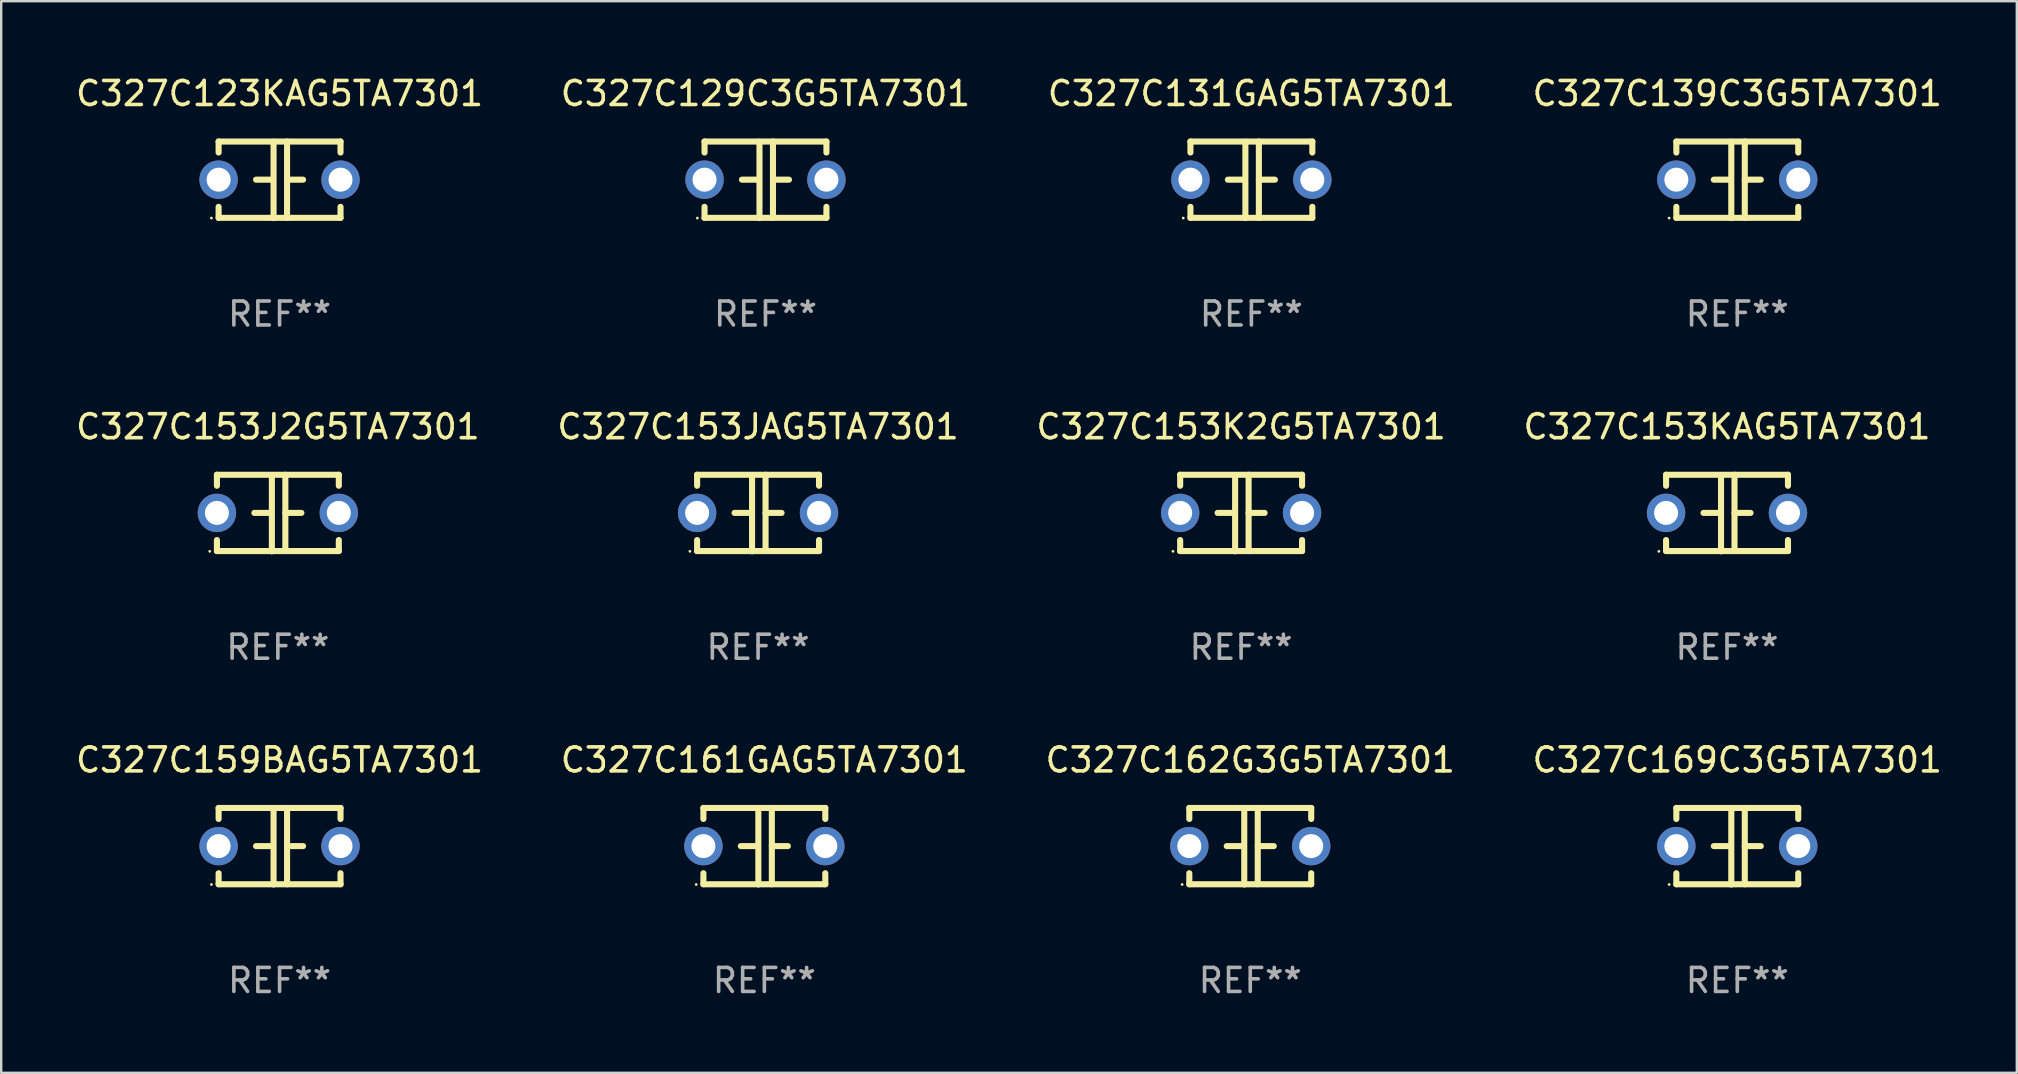
<source format=kicad_pcb>
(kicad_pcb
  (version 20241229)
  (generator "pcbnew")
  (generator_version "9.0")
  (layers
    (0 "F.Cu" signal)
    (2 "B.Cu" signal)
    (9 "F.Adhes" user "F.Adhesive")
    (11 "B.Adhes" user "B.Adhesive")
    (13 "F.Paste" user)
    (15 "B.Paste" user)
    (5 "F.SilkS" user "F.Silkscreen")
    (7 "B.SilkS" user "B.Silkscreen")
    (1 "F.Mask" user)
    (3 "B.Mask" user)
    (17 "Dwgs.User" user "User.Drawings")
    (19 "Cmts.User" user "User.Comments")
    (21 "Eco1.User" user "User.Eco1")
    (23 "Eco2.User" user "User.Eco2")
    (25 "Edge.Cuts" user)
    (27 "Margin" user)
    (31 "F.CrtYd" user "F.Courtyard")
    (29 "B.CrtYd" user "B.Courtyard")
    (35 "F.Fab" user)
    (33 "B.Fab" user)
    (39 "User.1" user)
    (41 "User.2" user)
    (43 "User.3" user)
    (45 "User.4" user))
  (footprint "C327C153J2G5TA7301"
    (layer "F.Cu")
    (at 8.53 18.33)
    (property "Reference" "C327C153J2G5TA7301" (at 0 -3.595 0) (layer "F.SilkS") (effects (font (size 1 1) (thickness 0.15))))
    (attr through_hole)
    (fp_line (start -2.54 -1.595) (end -2.54 -1.136) (stroke (width 0.254) (type solid)) (layer "F.SilkS"))
    (fp_line (start -2.54 -1.595) (end 2.54 -1.595) (stroke (width 0.254) (type solid)) (layer "F.SilkS"))
    (fp_line (start -2.54 1.126) (end -2.54 1.585) (stroke (width 0.254) (type solid)) (layer "F.SilkS"))
    (fp_line (start -0.312 -0.005) (end -0.98 -0.005) (stroke (width 0.254) (type solid)) (layer "F.SilkS"))
    (fp_line (start -0.25 -1.585) (end -0.25 1.595) (stroke (width 0.254) (type solid)) (layer "F.SilkS"))
    (fp_line (start 0.312 -1.595) (end 0.312 1.585) (stroke (width 0.254) (type solid)) (layer "F.SilkS"))
    (fp_line (start 0.312 -0.005) (end 0.98 -0.005) (stroke (width 0.254) (type solid)) (layer "F.SilkS"))
    (fp_line (start 2.54 -1.595) (end 2.54 -1.136) (stroke (width 0.254) (type solid)) (layer "F.SilkS"))
    (fp_line (start 2.54 1.126) (end 2.54 1.585) (stroke (width 0.254) (type solid)) (layer "F.SilkS"))
    (fp_line (start 2.54 1.585) (end -2.54 1.585) (stroke (width 0.254) (type solid)) (layer "F.SilkS"))
    (fp_circle (center -2.84 1.595) (end -2.81 1.595) (stroke (width 0.06) (type solid)) (fill no) (layer "F.SilkS"))
    (fp_text user "REF**" (at 0 5.595 0) (layer "F.Fab") (effects (font (size 1 1) (thickness 0.15))))
    (pad "1" thru_hole circle (at -2.54 -0.005) (size 1.6 1.6) (drill 1) (layers "*.Cu" "*.Mask"))
    (pad "2" thru_hole circle (at 2.54 -0.005) (size 1.6 1.6) (drill 1) (layers "*.Cu" "*.Mask")))
  (footprint "C327C131GAG5TA7301"
    (layer "F.Cu")
    (at 49.101 4.443)
    (property "Reference" "C327C131GAG5TA7301" (at 0 -3.595 0) (layer "F.SilkS") (effects (font (size 1 1) (thickness 0.15))))
    (attr through_hole)
    (fp_line (start -2.54 -1.595) (end -2.54 -1.136) (stroke (width 0.254) (type solid)) (layer "F.SilkS"))
    (fp_line (start -2.54 -1.595) (end 2.54 -1.595) (stroke (width 0.254) (type solid)) (layer "F.SilkS"))
    (fp_line (start -2.54 1.126) (end -2.54 1.585) (stroke (width 0.254) (type solid)) (layer "F.SilkS"))
    (fp_line (start -0.312 -0.005) (end -0.98 -0.005) (stroke (width 0.254) (type solid)) (layer "F.SilkS"))
    (fp_line (start -0.25 -1.585) (end -0.25 1.595) (stroke (width 0.254) (type solid)) (layer "F.SilkS"))
    (fp_line (start 0.312 -1.595) (end 0.312 1.585) (stroke (width 0.254) (type solid)) (layer "F.SilkS"))
    (fp_line (start 0.312 -0.005) (end 0.98 -0.005) (stroke (width 0.254) (type solid)) (layer "F.SilkS"))
    (fp_line (start 2.54 -1.595) (end 2.54 -1.136) (stroke (width 0.254) (type solid)) (layer "F.SilkS"))
    (fp_line (start 2.54 1.126) (end 2.54 1.585) (stroke (width 0.254) (type solid)) (layer "F.SilkS"))
    (fp_line (start 2.54 1.585) (end -2.54 1.585) (stroke (width 0.254) (type solid)) (layer "F.SilkS"))
    (fp_circle (center -2.84 1.595) (end -2.81 1.595) (stroke (width 0.06) (type solid)) (fill no) (layer "F.SilkS"))
    (fp_text user "REF**" (at 0 5.595 0) (layer "F.Fab") (effects (font (size 1 1) (thickness 0.15))))
    (pad "1" thru_hole circle (at -2.54 -0.005) (size 1.6 1.6) (drill 1) (layers "*.Cu" "*.Mask"))
    (pad "2" thru_hole circle (at 2.54 -0.005) (size 1.6 1.6) (drill 1) (layers "*.Cu" "*.Mask")))
  (footprint "C327C169C3G5TA7301"
    (layer "F.Cu")
    (at 69.351 32.216)
    (property "Reference" "C327C169C3G5TA7301" (at 0 -3.595 0) (layer "F.SilkS") (effects (font (size 1 1) (thickness 0.15))))
    (attr through_hole)
    (fp_line (start -2.54 -1.595) (end -2.54 -1.136) (stroke (width 0.254) (type solid)) (layer "F.SilkS"))
    (fp_line (start -2.54 -1.595) (end 2.54 -1.595) (stroke (width 0.254) (type solid)) (layer "F.SilkS"))
    (fp_line (start -2.54 1.126) (end -2.54 1.585) (stroke (width 0.254) (type solid)) (layer "F.SilkS"))
    (fp_line (start -0.312 -0.005) (end -0.98 -0.005) (stroke (width 0.254) (type solid)) (layer "F.SilkS"))
    (fp_line (start -0.25 -1.585) (end -0.25 1.595) (stroke (width 0.254) (type solid)) (layer "F.SilkS"))
    (fp_line (start 0.312 -1.595) (end 0.312 1.585) (stroke (width 0.254) (type solid)) (layer "F.SilkS"))
    (fp_line (start 0.312 -0.005) (end 0.98 -0.005) (stroke (width 0.254) (type solid)) (layer "F.SilkS"))
    (fp_line (start 2.54 -1.595) (end 2.54 -1.136) (stroke (width 0.254) (type solid)) (layer "F.SilkS"))
    (fp_line (start 2.54 1.126) (end 2.54 1.585) (stroke (width 0.254) (type solid)) (layer "F.SilkS"))
    (fp_line (start 2.54 1.585) (end -2.54 1.585) (stroke (width 0.254) (type solid)) (layer "F.SilkS"))
    (fp_circle (center -2.84 1.595) (end -2.81 1.595) (stroke (width 0.06) (type solid)) (fill no) (layer "F.SilkS"))
    (fp_text user "REF**" (at 0 5.595 0) (layer "F.Fab") (effects (font (size 1 1) (thickness 0.15))))
    (pad "1" thru_hole circle (at -2.54 -0.005) (size 1.6 1.6) (drill 1) (layers "*.Cu" "*.Mask"))
    (pad "2" thru_hole circle (at 2.54 -0.005) (size 1.6 1.6) (drill 1) (layers "*.Cu" "*.Mask")))
  (footprint "C327C139C3G5TA7301"
    (layer "F.Cu")
    (at 69.351 4.443)
    (property "Reference" "C327C139C3G5TA7301" (at 0 -3.595 0) (layer "F.SilkS") (effects (font (size 1 1) (thickness 0.15))))
    (attr through_hole)
    (fp_line (start -2.54 -1.595) (end -2.54 -1.136) (stroke (width 0.254) (type solid)) (layer "F.SilkS"))
    (fp_line (start -2.54 -1.595) (end 2.54 -1.595) (stroke (width 0.254) (type solid)) (layer "F.SilkS"))
    (fp_line (start -2.54 1.126) (end -2.54 1.585) (stroke (width 0.254) (type solid)) (layer "F.SilkS"))
    (fp_line (start -0.312 -0.005) (end -0.98 -0.005) (stroke (width 0.254) (type solid)) (layer "F.SilkS"))
    (fp_line (start -0.25 -1.585) (end -0.25 1.595) (stroke (width 0.254) (type solid)) (layer "F.SilkS"))
    (fp_line (start 0.312 -1.595) (end 0.312 1.585) (stroke (width 0.254) (type solid)) (layer "F.SilkS"))
    (fp_line (start 0.312 -0.005) (end 0.98 -0.005) (stroke (width 0.254) (type solid)) (layer "F.SilkS"))
    (fp_line (start 2.54 -1.595) (end 2.54 -1.136) (stroke (width 0.254) (type solid)) (layer "F.SilkS"))
    (fp_line (start 2.54 1.126) (end 2.54 1.585) (stroke (width 0.254) (type solid)) (layer "F.SilkS"))
    (fp_line (start 2.54 1.585) (end -2.54 1.585) (stroke (width 0.254) (type solid)) (layer "F.SilkS"))
    (fp_circle (center -2.84 1.595) (end -2.81 1.595) (stroke (width 0.06) (type solid)) (fill no) (layer "F.SilkS"))
    (fp_text user "REF**" (at 0 5.595 0) (layer "F.Fab") (effects (font (size 1 1) (thickness 0.15))))
    (pad "1" thru_hole circle (at -2.54 -0.005) (size 1.6 1.6) (drill 1) (layers "*.Cu" "*.Mask"))
    (pad "2" thru_hole circle (at 2.54 -0.005) (size 1.6 1.6) (drill 1) (layers "*.Cu" "*.Mask")))
  (footprint "C327C162G3G5TA7301"
    (layer "F.Cu")
    (at 49.054 32.216)
    (property "Reference" "C327C162G3G5TA7301" (at 0 -3.595 0) (layer "F.SilkS") (effects (font (size 1 1) (thickness 0.15))))
    (attr through_hole)
    (fp_line (start -2.54 -1.595) (end -2.54 -1.136) (stroke (width 0.254) (type solid)) (layer "F.SilkS"))
    (fp_line (start -2.54 -1.595) (end 2.54 -1.595) (stroke (width 0.254) (type solid)) (layer "F.SilkS"))
    (fp_line (start -2.54 1.126) (end -2.54 1.585) (stroke (width 0.254) (type solid)) (layer "F.SilkS"))
    (fp_line (start -0.312 -0.005) (end -0.98 -0.005) (stroke (width 0.254) (type solid)) (layer "F.SilkS"))
    (fp_line (start -0.25 -1.585) (end -0.25 1.595) (stroke (width 0.254) (type solid)) (layer "F.SilkS"))
    (fp_line (start 0.312 -1.595) (end 0.312 1.585) (stroke (width 0.254) (type solid)) (layer "F.SilkS"))
    (fp_line (start 0.312 -0.005) (end 0.98 -0.005) (stroke (width 0.254) (type solid)) (layer "F.SilkS"))
    (fp_line (start 2.54 -1.595) (end 2.54 -1.136) (stroke (width 0.254) (type solid)) (layer "F.SilkS"))
    (fp_line (start 2.54 1.126) (end 2.54 1.585) (stroke (width 0.254) (type solid)) (layer "F.SilkS"))
    (fp_line (start 2.54 1.585) (end -2.54 1.585) (stroke (width 0.254) (type solid)) (layer "F.SilkS"))
    (fp_circle (center -2.84 1.595) (end -2.81 1.595) (stroke (width 0.06) (type solid)) (fill no) (layer "F.SilkS"))
    (fp_text user "REF**" (at 0 5.595 0) (layer "F.Fab") (effects (font (size 1 1) (thickness 0.15))))
    (pad "1" thru_hole circle (at -2.54 -0.005) (size 1.6 1.6) (drill 1) (layers "*.Cu" "*.Mask"))
    (pad "2" thru_hole circle (at 2.54 -0.005) (size 1.6 1.6) (drill 1) (layers "*.Cu" "*.Mask")))
  (footprint "C327C161GAG5TA7301"
    (layer "F.Cu")
    (at 28.804 32.216)
    (property "Reference" "C327C161GAG5TA7301" (at 0 -3.595 0) (layer "F.SilkS") (effects (font (size 1 1) (thickness 0.15))))
    (attr through_hole)
    (fp_line (start -2.54 -1.595) (end -2.54 -1.136) (stroke (width 0.254) (type solid)) (layer "F.SilkS"))
    (fp_line (start -2.54 -1.595) (end 2.54 -1.595) (stroke (width 0.254) (type solid)) (layer "F.SilkS"))
    (fp_line (start -2.54 1.126) (end -2.54 1.585) (stroke (width 0.254) (type solid)) (layer "F.SilkS"))
    (fp_line (start -0.312 -0.005) (end -0.98 -0.005) (stroke (width 0.254) (type solid)) (layer "F.SilkS"))
    (fp_line (start -0.25 -1.585) (end -0.25 1.595) (stroke (width 0.254) (type solid)) (layer "F.SilkS"))
    (fp_line (start 0.312 -1.595) (end 0.312 1.585) (stroke (width 0.254) (type solid)) (layer "F.SilkS"))
    (fp_line (start 0.312 -0.005) (end 0.98 -0.005) (stroke (width 0.254) (type solid)) (layer "F.SilkS"))
    (fp_line (start 2.54 -1.595) (end 2.54 -1.136) (stroke (width 0.254) (type solid)) (layer "F.SilkS"))
    (fp_line (start 2.54 1.126) (end 2.54 1.585) (stroke (width 0.254) (type solid)) (layer "F.SilkS"))
    (fp_line (start 2.54 1.585) (end -2.54 1.585) (stroke (width 0.254) (type solid)) (layer "F.SilkS"))
    (fp_circle (center -2.84 1.595) (end -2.81 1.595) (stroke (width 0.06) (type solid)) (fill no) (layer "F.SilkS"))
    (fp_text user "REF**" (at 0 5.595 0) (layer "F.Fab") (effects (font (size 1 1) (thickness 0.15))))
    (pad "1" thru_hole circle (at -2.54 -0.005) (size 1.6 1.6) (drill 1) (layers "*.Cu" "*.Mask"))
    (pad "2" thru_hole circle (at 2.54 -0.005) (size 1.6 1.6) (drill 1) (layers "*.Cu" "*.Mask")))
  (footprint "C327C129C3G5TA7301"
    (layer "F.Cu")
    (at 28.851 4.443)
    (property "Reference" "C327C129C3G5TA7301" (at 0 -3.595 0) (layer "F.SilkS") (effects (font (size 1 1) (thickness 0.15))))
    (attr through_hole)
    (fp_line (start -2.54 -1.595) (end -2.54 -1.136) (stroke (width 0.254) (type solid)) (layer "F.SilkS"))
    (fp_line (start -2.54 -1.595) (end 2.54 -1.595) (stroke (width 0.254) (type solid)) (layer "F.SilkS"))
    (fp_line (start -2.54 1.126) (end -2.54 1.585) (stroke (width 0.254) (type solid)) (layer "F.SilkS"))
    (fp_line (start -0.312 -0.005) (end -0.98 -0.005) (stroke (width 0.254) (type solid)) (layer "F.SilkS"))
    (fp_line (start -0.25 -1.585) (end -0.25 1.595) (stroke (width 0.254) (type solid)) (layer "F.SilkS"))
    (fp_line (start 0.312 -1.595) (end 0.312 1.585) (stroke (width 0.254) (type solid)) (layer "F.SilkS"))
    (fp_line (start 0.312 -0.005) (end 0.98 -0.005) (stroke (width 0.254) (type solid)) (layer "F.SilkS"))
    (fp_line (start 2.54 -1.595) (end 2.54 -1.136) (stroke (width 0.254) (type solid)) (layer "F.SilkS"))
    (fp_line (start 2.54 1.126) (end 2.54 1.585) (stroke (width 0.254) (type solid)) (layer "F.SilkS"))
    (fp_line (start 2.54 1.585) (end -2.54 1.585) (stroke (width 0.254) (type solid)) (layer "F.SilkS"))
    (fp_circle (center -2.84 1.595) (end -2.81 1.595) (stroke (width 0.06) (type solid)) (fill no) (layer "F.SilkS"))
    (fp_text user "REF**" (at 0 5.595 0) (layer "F.Fab") (effects (font (size 1 1) (thickness 0.15))))
    (pad "1" thru_hole circle (at -2.54 -0.005) (size 1.6 1.6) (drill 1) (layers "*.Cu" "*.Mask"))
    (pad "2" thru_hole circle (at 2.54 -0.005) (size 1.6 1.6) (drill 1) (layers "*.Cu" "*.Mask")))
  (footprint "C327C153KAG5TA7301"
    (layer "F.Cu")
    (at 68.923 18.33)
    (property "Reference" "C327C153KAG5TA7301" (at 0 -3.595 0) (layer "F.SilkS") (effects (font (size 1 1) (thickness 0.15))))
    (attr through_hole)
    (fp_line (start -2.54 -1.595) (end -2.54 -1.136) (stroke (width 0.254) (type solid)) (layer "F.SilkS"))
    (fp_line (start -2.54 -1.595) (end 2.54 -1.595) (stroke (width 0.254) (type solid)) (layer "F.SilkS"))
    (fp_line (start -2.54 1.126) (end -2.54 1.585) (stroke (width 0.254) (type solid)) (layer "F.SilkS"))
    (fp_line (start -0.312 -0.005) (end -0.98 -0.005) (stroke (width 0.254) (type solid)) (layer "F.SilkS"))
    (fp_line (start -0.25 -1.585) (end -0.25 1.595) (stroke (width 0.254) (type solid)) (layer "F.SilkS"))
    (fp_line (start 0.312 -1.595) (end 0.312 1.585) (stroke (width 0.254) (type solid)) (layer "F.SilkS"))
    (fp_line (start 0.312 -0.005) (end 0.98 -0.005) (stroke (width 0.254) (type solid)) (layer "F.SilkS"))
    (fp_line (start 2.54 -1.595) (end 2.54 -1.136) (stroke (width 0.254) (type solid)) (layer "F.SilkS"))
    (fp_line (start 2.54 1.126) (end 2.54 1.585) (stroke (width 0.254) (type solid)) (layer "F.SilkS"))
    (fp_line (start 2.54 1.585) (end -2.54 1.585) (stroke (width 0.254) (type solid)) (layer "F.SilkS"))
    (fp_circle (center -2.84 1.595) (end -2.81 1.595) (stroke (width 0.06) (type solid)) (fill no) (layer "F.SilkS"))
    (fp_text user "REF**" (at 0 5.595 0) (layer "F.Fab") (effects (font (size 1 1) (thickness 0.15))))
    (pad "1" thru_hole circle (at -2.54 -0.005) (size 1.6 1.6) (drill 1) (layers "*.Cu" "*.Mask"))
    (pad "2" thru_hole circle (at 2.54 -0.005) (size 1.6 1.6) (drill 1) (layers "*.Cu" "*.Mask")))
  (footprint "C327C123KAG5TA7301"
    (layer "F.Cu")
    (at 8.601 4.443)
    (property "Reference" "C327C123KAG5TA7301" (at 0 -3.595 0) (layer "F.SilkS") (effects (font (size 1 1) (thickness 0.15))))
    (attr through_hole)
    (fp_line (start -2.54 -1.595) (end -2.54 -1.136) (stroke (width 0.254) (type solid)) (layer "F.SilkS"))
    (fp_line (start -2.54 -1.595) (end 2.54 -1.595) (stroke (width 0.254) (type solid)) (layer "F.SilkS"))
    (fp_line (start -2.54 1.126) (end -2.54 1.585) (stroke (width 0.254) (type solid)) (layer "F.SilkS"))
    (fp_line (start -0.312 -0.005) (end -0.98 -0.005) (stroke (width 0.254) (type solid)) (layer "F.SilkS"))
    (fp_line (start -0.25 -1.585) (end -0.25 1.595) (stroke (width 0.254) (type solid)) (layer "F.SilkS"))
    (fp_line (start 0.312 -1.595) (end 0.312 1.585) (stroke (width 0.254) (type solid)) (layer "F.SilkS"))
    (fp_line (start 0.312 -0.005) (end 0.98 -0.005) (stroke (width 0.254) (type solid)) (layer "F.SilkS"))
    (fp_line (start 2.54 -1.595) (end 2.54 -1.136) (stroke (width 0.254) (type solid)) (layer "F.SilkS"))
    (fp_line (start 2.54 1.126) (end 2.54 1.585) (stroke (width 0.254) (type solid)) (layer "F.SilkS"))
    (fp_line (start 2.54 1.585) (end -2.54 1.585) (stroke (width 0.254) (type solid)) (layer "F.SilkS"))
    (fp_circle (center -2.84 1.595) (end -2.81 1.595) (stroke (width 0.06) (type solid)) (fill no) (layer "F.SilkS"))
    (fp_text user "REF**" (at 0 5.595 0) (layer "F.Fab") (effects (font (size 1 1) (thickness 0.15))))
    (pad "1" thru_hole circle (at -2.54 -0.005) (size 1.6 1.6) (drill 1) (layers "*.Cu" "*.Mask"))
    (pad "2" thru_hole circle (at 2.54 -0.005) (size 1.6 1.6) (drill 1) (layers "*.Cu" "*.Mask")))
  (footprint "C327C153JAG5TA7301"
    (layer "F.Cu")
    (at 28.542 18.33)
    (property "Reference" "C327C153JAG5TA7301" (at 0 -3.595 0) (layer "F.SilkS") (effects (font (size 1 1) (thickness 0.15))))
    (attr through_hole)
    (fp_line (start -2.54 -1.595) (end -2.54 -1.136) (stroke (width 0.254) (type solid)) (layer "F.SilkS"))
    (fp_line (start -2.54 -1.595) (end 2.54 -1.595) (stroke (width 0.254) (type solid)) (layer "F.SilkS"))
    (fp_line (start -2.54 1.126) (end -2.54 1.585) (stroke (width 0.254) (type solid)) (layer "F.SilkS"))
    (fp_line (start -0.312 -0.005) (end -0.98 -0.005) (stroke (width 0.254) (type solid)) (layer "F.SilkS"))
    (fp_line (start -0.25 -1.585) (end -0.25 1.595) (stroke (width 0.254) (type solid)) (layer "F.SilkS"))
    (fp_line (start 0.312 -1.595) (end 0.312 1.585) (stroke (width 0.254) (type solid)) (layer "F.SilkS"))
    (fp_line (start 0.312 -0.005) (end 0.98 -0.005) (stroke (width 0.254) (type solid)) (layer "F.SilkS"))
    (fp_line (start 2.54 -1.595) (end 2.54 -1.136) (stroke (width 0.254) (type solid)) (layer "F.SilkS"))
    (fp_line (start 2.54 1.126) (end 2.54 1.585) (stroke (width 0.254) (type solid)) (layer "F.SilkS"))
    (fp_line (start 2.54 1.585) (end -2.54 1.585) (stroke (width 0.254) (type solid)) (layer "F.SilkS"))
    (fp_circle (center -2.84 1.595) (end -2.81 1.595) (stroke (width 0.06) (type solid)) (fill no) (layer "F.SilkS"))
    (fp_text user "REF**" (at 0 5.595 0) (layer "F.Fab") (effects (font (size 1 1) (thickness 0.15))))
    (pad "1" thru_hole circle (at -2.54 -0.005) (size 1.6 1.6) (drill 1) (layers "*.Cu" "*.Mask"))
    (pad "2" thru_hole circle (at 2.54 -0.005) (size 1.6 1.6) (drill 1) (layers "*.Cu" "*.Mask")))
  (footprint "C327C153K2G5TA7301"
    (layer "F.Cu")
    (at 48.673 18.33)
    (property "Reference" "C327C153K2G5TA7301" (at 0 -3.595 0) (layer "F.SilkS") (effects (font (size 1 1) (thickness 0.15))))
    (attr through_hole)
    (fp_line (start -2.54 -1.595) (end -2.54 -1.136) (stroke (width 0.254) (type solid)) (layer "F.SilkS"))
    (fp_line (start -2.54 -1.595) (end 2.54 -1.595) (stroke (width 0.254) (type solid)) (layer "F.SilkS"))
    (fp_line (start -2.54 1.126) (end -2.54 1.585) (stroke (width 0.254) (type solid)) (layer "F.SilkS"))
    (fp_line (start -0.312 -0.005) (end -0.98 -0.005) (stroke (width 0.254) (type solid)) (layer "F.SilkS"))
    (fp_line (start -0.25 -1.585) (end -0.25 1.595) (stroke (width 0.254) (type solid)) (layer "F.SilkS"))
    (fp_line (start 0.312 -1.595) (end 0.312 1.585) (stroke (width 0.254) (type solid)) (layer "F.SilkS"))
    (fp_line (start 0.312 -0.005) (end 0.98 -0.005) (stroke (width 0.254) (type solid)) (layer "F.SilkS"))
    (fp_line (start 2.54 -1.595) (end 2.54 -1.136) (stroke (width 0.254) (type solid)) (layer "F.SilkS"))
    (fp_line (start 2.54 1.126) (end 2.54 1.585) (stroke (width 0.254) (type solid)) (layer "F.SilkS"))
    (fp_line (start 2.54 1.585) (end -2.54 1.585) (stroke (width 0.254) (type solid)) (layer "F.SilkS"))
    (fp_circle (center -2.84 1.595) (end -2.81 1.595) (stroke (width 0.06) (type solid)) (fill no) (layer "F.SilkS"))
    (fp_text user "REF**" (at 0 5.595 0) (layer "F.Fab") (effects (font (size 1 1) (thickness 0.15))))
    (pad "1" thru_hole circle (at -2.54 -0.005) (size 1.6 1.6) (drill 1) (layers "*.Cu" "*.Mask"))
    (pad "2" thru_hole circle (at 2.54 -0.005) (size 1.6 1.6) (drill 1) (layers "*.Cu" "*.Mask")))
  (footprint "C327C159BAG5TA7301"
    (layer "F.Cu")
    (at 8.601 32.216)
    (property "Reference" "C327C159BAG5TA7301" (at 0 -3.595 0) (layer "F.SilkS") (effects (font (size 1 1) (thickness 0.15))))
    (attr through_hole)
    (fp_line (start -2.54 -1.595) (end -2.54 -1.136) (stroke (width 0.254) (type solid)) (layer "F.SilkS"))
    (fp_line (start -2.54 -1.595) (end 2.54 -1.595) (stroke (width 0.254) (type solid)) (layer "F.SilkS"))
    (fp_line (start -2.54 1.126) (end -2.54 1.585) (stroke (width 0.254) (type solid)) (layer "F.SilkS"))
    (fp_line (start -0.312 -0.005) (end -0.98 -0.005) (stroke (width 0.254) (type solid)) (layer "F.SilkS"))
    (fp_line (start -0.25 -1.585) (end -0.25 1.595) (stroke (width 0.254) (type solid)) (layer "F.SilkS"))
    (fp_line (start 0.312 -1.595) (end 0.312 1.585) (stroke (width 0.254) (type solid)) (layer "F.SilkS"))
    (fp_line (start 0.312 -0.005) (end 0.98 -0.005) (stroke (width 0.254) (type solid)) (layer "F.SilkS"))
    (fp_line (start 2.54 -1.595) (end 2.54 -1.136) (stroke (width 0.254) (type solid)) (layer "F.SilkS"))
    (fp_line (start 2.54 1.126) (end 2.54 1.585) (stroke (width 0.254) (type solid)) (layer "F.SilkS"))
    (fp_line (start 2.54 1.585) (end -2.54 1.585) (stroke (width 0.254) (type solid)) (layer "F.SilkS"))
    (fp_circle (center -2.84 1.595) (end -2.81 1.595) (stroke (width 0.06) (type solid)) (fill no) (layer "F.SilkS"))
    (fp_text user "REF**" (at 0 5.595 0) (layer "F.Fab") (effects (font (size 1 1) (thickness 0.15))))
    (pad "1" thru_hole circle (at -2.54 -0.005) (size 1.6 1.6) (drill 1) (layers "*.Cu" "*.Mask"))
    (pad "2" thru_hole circle (at 2.54 -0.005) (size 1.6 1.6) (drill 1) (layers "*.Cu" "*.Mask")))
  (gr_rect
    (start -3 -3)
    (end 81 41.659)
    (stroke (width 0.1) (type default))
    (fill no)
    (layer "Edge.Cuts")))
</source>
